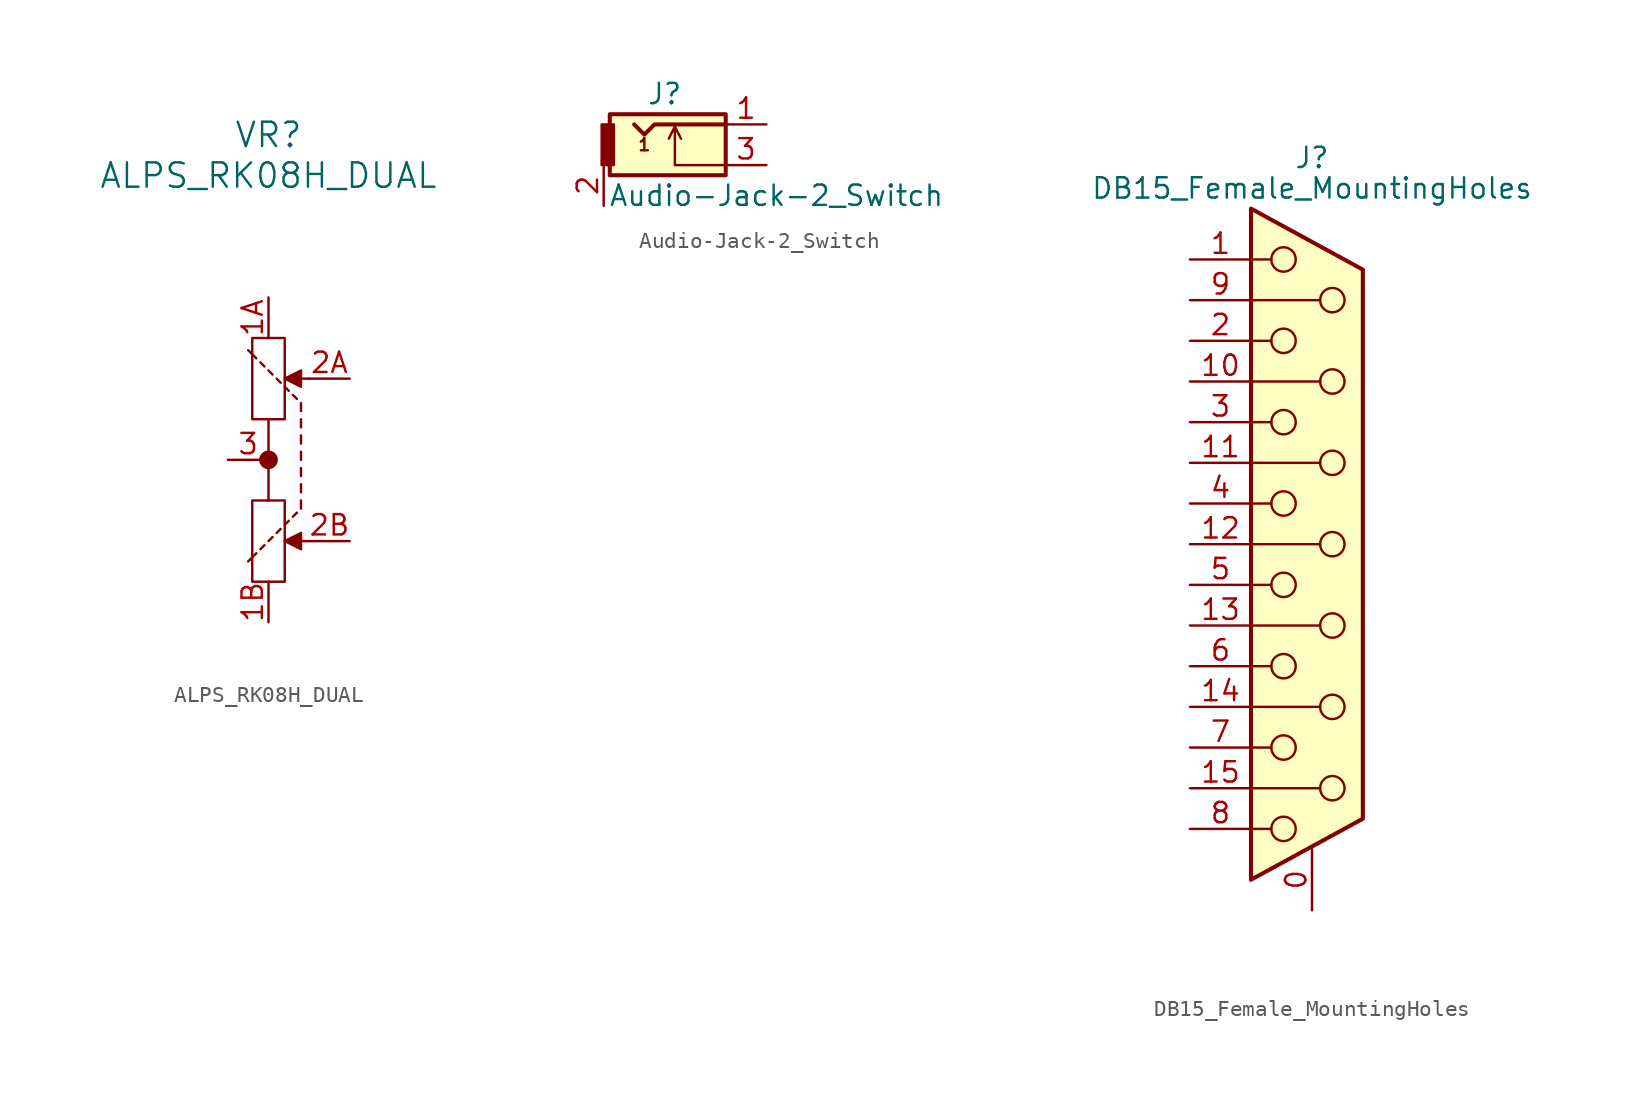
<source format=kicad_sym>
(kicad_symbol_lib
  (version 20220914)
  (generator kicad_symbol_editor)
  (symbol "ALPS_RK08H_DUAL"
    (pin_names
      (offset 1.016) hide)
    (property "Reference" "VR"
      (at 0 20.32 0)
      (effects (font (size 1.524 1.524))))
    (property "Value" "ALPS_RK08H_DUAL"
      (at 0 17.78 0)
      (effects (font (size 1.524 1.524))))
    (symbol "ALPS_RK08H_DUAL_0_1"
      (rectangle (start -1.016 -2.54) (end 1.016 -7.62) (stroke (width 0) (type solid)) (fill (type none)))
      (rectangle (start -1.016 2.54) (end 1.016 7.62) (stroke (width 0) (type solid)) (fill (type none)))
      (polyline (pts (xy 0 0) (xy 0 -2.54)) (stroke (width 0) (type solid)) (fill (type none)))
      (polyline (pts (xy 0 0) (xy 0 2.54)) (stroke (width 0) (type solid)) (fill (type none))))
    (symbol "ALPS_RK08H_DUAL_1_1"
      (polyline (pts (xy -0.762 -5.842) (xy -1.27 -6.35)) (stroke (width 0) (type solid)) (fill (type none)))
      (polyline (pts (xy -0.762 6.35) (xy -1.27 6.858)) (stroke (width 0) (type solid)) (fill (type none)))
      (polyline (pts (xy -0.254 -5.334) (xy -0.508 -5.588)) (stroke (width 0) (type solid)) (fill (type none)))
      (polyline (pts (xy -0.254 5.842) (xy -0.508 6.096)) (stroke (width 0) (type solid)) (fill (type none)))
      (polyline (pts (xy 0.254 -4.826) (xy 0 -5.08)) (stroke (width 0) (type solid)) (fill (type none)))
      (polyline (pts (xy 0.254 5.334) (xy 0 5.588)) (stroke (width 0) (type solid)) (fill (type none)))
      (polyline (pts (xy 0.762 -4.318) (xy 0.508 -4.572)) (stroke (width 0) (type solid)) (fill (type none)))
      (polyline (pts (xy 0.762 4.826) (xy 0.508 5.08)) (stroke (width 0) (type solid)) (fill (type none)))
      (polyline (pts (xy 1.27 -3.81) (xy 1.016 -4.064)) (stroke (width 0) (type solid)) (fill (type none)))
      (polyline (pts (xy 1.27 4.318) (xy 1.016 4.572)) (stroke (width 0) (type solid)) (fill (type none)))
      (polyline (pts (xy 1.778 -3.302) (xy 1.524 -3.556)) (stroke (width 0) (type solid)) (fill (type none)))
      (polyline (pts (xy 1.778 3.81) (xy 1.524 4.064)) (stroke (width 0) (type solid)) (fill (type none)))
      (polyline (pts (xy 2.032 -5.08) (xy 2.54 -5.08)) (stroke (width 0) (type solid)) (fill (type none)))
      (polyline (pts (xy 2.032 -2.54) (xy 2.032 -3.048)) (stroke (width 0) (type solid)) (fill (type none)))
      (polyline (pts (xy 2.032 -1.524) (xy 2.032 -2.032)) (stroke (width 0) (type solid)) (fill (type none)))
      (polyline (pts (xy 2.032 -0.508) (xy 2.032 -1.016)) (stroke (width 0) (type solid)) (fill (type none)))
      (polyline (pts (xy 2.032 0.508) (xy 2.032 0)) (stroke (width 0) (type solid)) (fill (type none)))
      (polyline (pts (xy 2.032 1.524) (xy 2.032 1.016)) (stroke (width 0) (type solid)) (fill (type none)))
      (polyline (pts (xy 2.032 2.54) (xy 2.032 2.032)) (stroke (width 0) (type solid)) (fill (type none)))
      (polyline (pts (xy 2.032 3.556) (xy 2.032 3.048)) (stroke (width 0) (type solid)) (fill (type none)))
      (polyline (pts (xy 2.032 5.08) (xy 2.54 5.08)) (stroke (width 0) (type solid)) (fill (type none)))
      (polyline (pts (xy 1.016 -5.08) (xy 2.032 -4.572) (xy 2.032 -5.588) (xy 1.016 -5.08)) (stroke (width 0) (type solid)) (fill (type outline)))
      (polyline (pts (xy 1.016 5.08) (xy 2.032 5.588) (xy 2.032 4.572) (xy 1.016 5.08)) (stroke (width 0) (type solid)) (fill (type outline)))
      (circle (center 0 0) (radius 0.508) (stroke (width 0) (type solid)) (fill (type outline)))
      (pin input line (at 0 10.16 270) (length 2.54) (name "1A" (effects (font (size 1.27 1.27)))) (number "1A" (effects (font (size 1.27 1.27)))))
      (pin input line (at 0 -10.16 90) (length 2.54) (name "1B" (effects (font (size 1.27 1.27)))) (number "1B" (effects (font (size 1.27 1.27)))))
      (pin input line (at 5.08 5.08 180) (length 2.54) (name "2A" (effects (font (size 1.27 1.27)))) (number "2A" (effects (font (size 1.27 1.27)))))
      (pin input line (at 5.08 -5.08 180) (length 2.54) (name "2B" (effects (font (size 1.27 1.27)))) (number "2B" (effects (font (size 1.27 1.27)))))
      (pin input line (at -2.54 0 0) (length 2.54) (name "3" (effects (font (size 1.27 1.27)))) (number "3" (effects (font (size 1.27 1.27)))))))
  (symbol "Audio-Jack-2_Switch"
    (pin_names
      (offset 1.016))
    (property "Reference" "J"
      (at -1.27 4.445 0)
      (effects (font (size 1.27 1.27))))
    (property "Value" "Audio-Jack-2_Switch"
      (at 5.715 -1.905 0)
      (effects (font (size 1.27 1.27))))
    (symbol "Audio-Jack-2_Switch_0_0"
      (text "1" (at -2.54 1.27 0) (effects (font (size 0.762 0.762)))))
    (symbol "Audio-Jack-2_Switch_0_1"
      (rectangle (start -4.699 3.175) (end 2.54 -0.635) (stroke (width 0.254) (type solid)) (fill (type background)))
      (rectangle (start -4.445 0) (end -5.207 2.54) (stroke (width 0) (type solid)) (fill (type outline)))
      (polyline (pts (xy -0.635 2.413) (xy -0.254 1.651)) (stroke (width 0) (type solid)) (fill (type none)))
      (polyline (pts (xy 2.54 0) (xy -0.635 0) (xy -0.635 2.413) (xy -1.016 1.651)) (stroke (width 0) (type solid)) (fill (type none)))
      (polyline (pts (xy 2.54 2.54) (xy -1.905 2.54) (xy -2.54 1.905) (xy -3.175 2.54)) (stroke (width 0.254) (type solid)) (fill (type none))))
    (symbol "Audio-Jack-2_Switch_1_1"
      (pin passive line (at 5.08 2.54 180) (length 2.54) (name "~" (effects (font (size 1.27 1.27)))) (number "1" (effects (font (size 1.27 1.27)))))
      (pin passive line (at -5.08 -2.54 90) (length 2.54) (name "~" (effects (font (size 1.27 1.27)))) (number "2" (effects (font (size 1.27 1.27)))))
      (pin passive line (at 5.08 0 180) (length 2.54) (name "~" (effects (font (size 1.27 1.27)))) (number "3" (effects (font (size 1.27 1.27)))))))
  (symbol "DB15_Female_MountingHoles"
    (pin_names
      (offset 1.016) hide)
    (property "Reference" "J"
      (at 0 24.13 0)
      (effects (font (size 1.27 1.27))))
    (property "Value" "DB15_Female_MountingHoles"
      (at 0 22.225 0)
      (effects (font (size 1.27 1.27))))
    (symbol "DB15_Female_MountingHoles_0_1"
      (circle (center -1.778 -17.78) (radius 0.762) (stroke (width 0) (type solid)) (fill (type none)))
      (circle (center -1.778 -12.7) (radius 0.762) (stroke (width 0) (type solid)) (fill (type none)))
      (circle (center -1.778 -7.62) (radius 0.762) (stroke (width 0) (type solid)) (fill (type none)))
      (circle (center -1.778 -2.54) (radius 0.762) (stroke (width 0) (type solid)) (fill (type none)))
      (circle (center -1.778 2.54) (radius 0.762) (stroke (width 0) (type solid)) (fill (type none)))
      (circle (center -1.778 7.62) (radius 0.762) (stroke (width 0) (type solid)) (fill (type none)))
      (circle (center -1.778 12.7) (radius 0.762) (stroke (width 0) (type solid)) (fill (type none)))
      (circle (center -1.778 17.78) (radius 0.762) (stroke (width 0) (type solid)) (fill (type none)))
      (polyline (pts (xy -3.81 -17.78) (xy -2.54 -17.78)) (stroke (width 0) (type solid)) (fill (type none)))
      (polyline (pts (xy -3.81 -15.24) (xy 0.508 -15.24)) (stroke (width 0) (type solid)) (fill (type none)))
      (polyline (pts (xy -3.81 -12.7) (xy -2.54 -12.7)) (stroke (width 0) (type solid)) (fill (type none)))
      (polyline (pts (xy -3.81 -10.16) (xy 0.508 -10.16)) (stroke (width 0) (type solid)) (fill (type none)))
      (polyline (pts (xy -3.81 -7.62) (xy -2.54 -7.62)) (stroke (width 0) (type solid)) (fill (type none)))
      (polyline (pts (xy -3.81 -5.08) (xy 0.508 -5.08)) (stroke (width 0) (type solid)) (fill (type none)))
      (polyline (pts (xy -3.81 -2.54) (xy -2.54 -2.54)) (stroke (width 0) (type solid)) (fill (type none)))
      (polyline (pts (xy -3.81 0) (xy 0.508 0)) (stroke (width 0) (type solid)) (fill (type none)))
      (polyline (pts (xy -3.81 2.54) (xy -2.54 2.54)) (stroke (width 0) (type solid)) (fill (type none)))
      (polyline (pts (xy -3.81 5.08) (xy 0.508 5.08)) (stroke (width 0) (type solid)) (fill (type none)))
      (polyline (pts (xy -3.81 7.62) (xy -2.54 7.62)) (stroke (width 0) (type solid)) (fill (type none)))
      (polyline (pts (xy -3.81 10.16) (xy 0.508 10.16)) (stroke (width 0) (type solid)) (fill (type none)))
      (polyline (pts (xy -3.81 12.7) (xy -2.54 12.7)) (stroke (width 0) (type solid)) (fill (type none)))
      (polyline (pts (xy -3.81 15.24) (xy 0.508 15.24)) (stroke (width 0) (type solid)) (fill (type none)))
      (polyline (pts (xy -3.81 17.78) (xy -2.54 17.78)) (stroke (width 0) (type solid)) (fill (type none)))
      (polyline (pts (xy -3.81 20.955) (xy 3.175 17.145) (xy 3.175 -17.145) (xy -3.81 -20.955) (xy -3.81 20.955)) (stroke (width 0.254) (type solid)) (fill (type background)))
      (circle (center 1.27 -15.24) (radius 0.762) (stroke (width 0) (type solid)) (fill (type none)))
      (circle (center 1.27 -10.16) (radius 0.762) (stroke (width 0) (type solid)) (fill (type none)))
      (circle (center 1.27 -5.08) (radius 0.762) (stroke (width 0) (type solid)) (fill (type none)))
      (circle (center 1.27 0) (radius 0.762) (stroke (width 0) (type solid)) (fill (type none)))
      (circle (center 1.27 5.08) (radius 0.762) (stroke (width 0) (type solid)) (fill (type none)))
      (circle (center 1.27 10.16) (radius 0.762) (stroke (width 0) (type solid)) (fill (type none)))
      (circle (center 1.27 15.24) (radius 0.762) (stroke (width 0) (type solid)) (fill (type none))))
    (symbol "DB15_Female_MountingHoles_1_1"
      (pin passive line (at 0 -22.86 90) (length 3.81) (name "PAD" (effects (font (size 1.27 1.27)))) (number "0" (effects (font (size 1.27 1.27)))))
      (pin passive line (at -7.62 17.78 0) (length 3.81) (name "1" (effects (font (size 1.27 1.27)))) (number "1" (effects (font (size 1.27 1.27)))))
      (pin passive line (at -7.62 10.16 0) (length 3.81) (name "P10" (effects (font (size 1.27 1.27)))) (number "10" (effects (font (size 1.27 1.27)))))
      (pin passive line (at -7.62 5.08 0) (length 3.81) (name "P111" (effects (font (size 1.27 1.27)))) (number "11" (effects (font (size 1.27 1.27)))))
      (pin passive line (at -7.62 0 0) (length 3.81) (name "P12" (effects (font (size 1.27 1.27)))) (number "12" (effects (font (size 1.27 1.27)))))
      (pin passive line (at -7.62 -5.08 0) (length 3.81) (name "P13" (effects (font (size 1.27 1.27)))) (number "13" (effects (font (size 1.27 1.27)))))
      (pin passive line (at -7.62 -10.16 0) (length 3.81) (name "P14" (effects (font (size 1.27 1.27)))) (number "14" (effects (font (size 1.27 1.27)))))
      (pin passive line (at -7.62 -15.24 0) (length 3.81) (name "P15" (effects (font (size 1.27 1.27)))) (number "15" (effects (font (size 1.27 1.27)))))
      (pin passive line (at -7.62 12.7 0) (length 3.81) (name "2" (effects (font (size 1.27 1.27)))) (number "2" (effects (font (size 1.27 1.27)))))
      (pin passive line (at -7.62 7.62 0) (length 3.81) (name "3" (effects (font (size 1.27 1.27)))) (number "3" (effects (font (size 1.27 1.27)))))
      (pin passive line (at -7.62 2.54 0) (length 3.81) (name "4" (effects (font (size 1.27 1.27)))) (number "4" (effects (font (size 1.27 1.27)))))
      (pin passive line (at -7.62 -2.54 0) (length 3.81) (name "5" (effects (font (size 1.27 1.27)))) (number "5" (effects (font (size 1.27 1.27)))))
      (pin passive line (at -7.62 -7.62 0) (length 3.81) (name "6" (effects (font (size 1.27 1.27)))) (number "6" (effects (font (size 1.27 1.27)))))
      (pin passive line (at -7.62 -12.7 0) (length 3.81) (name "7" (effects (font (size 1.27 1.27)))) (number "7" (effects (font (size 1.27 1.27)))))
      (pin passive line (at -7.62 -17.78 0) (length 3.81) (name "8" (effects (font (size 1.27 1.27)))) (number "8" (effects (font (size 1.27 1.27)))))
      (pin passive line (at -7.62 15.24 0) (length 3.81) (name "P9" (effects (font (size 1.27 1.27)))) (number "9" (effects (font (size 1.27 1.27))))))))
</source>
